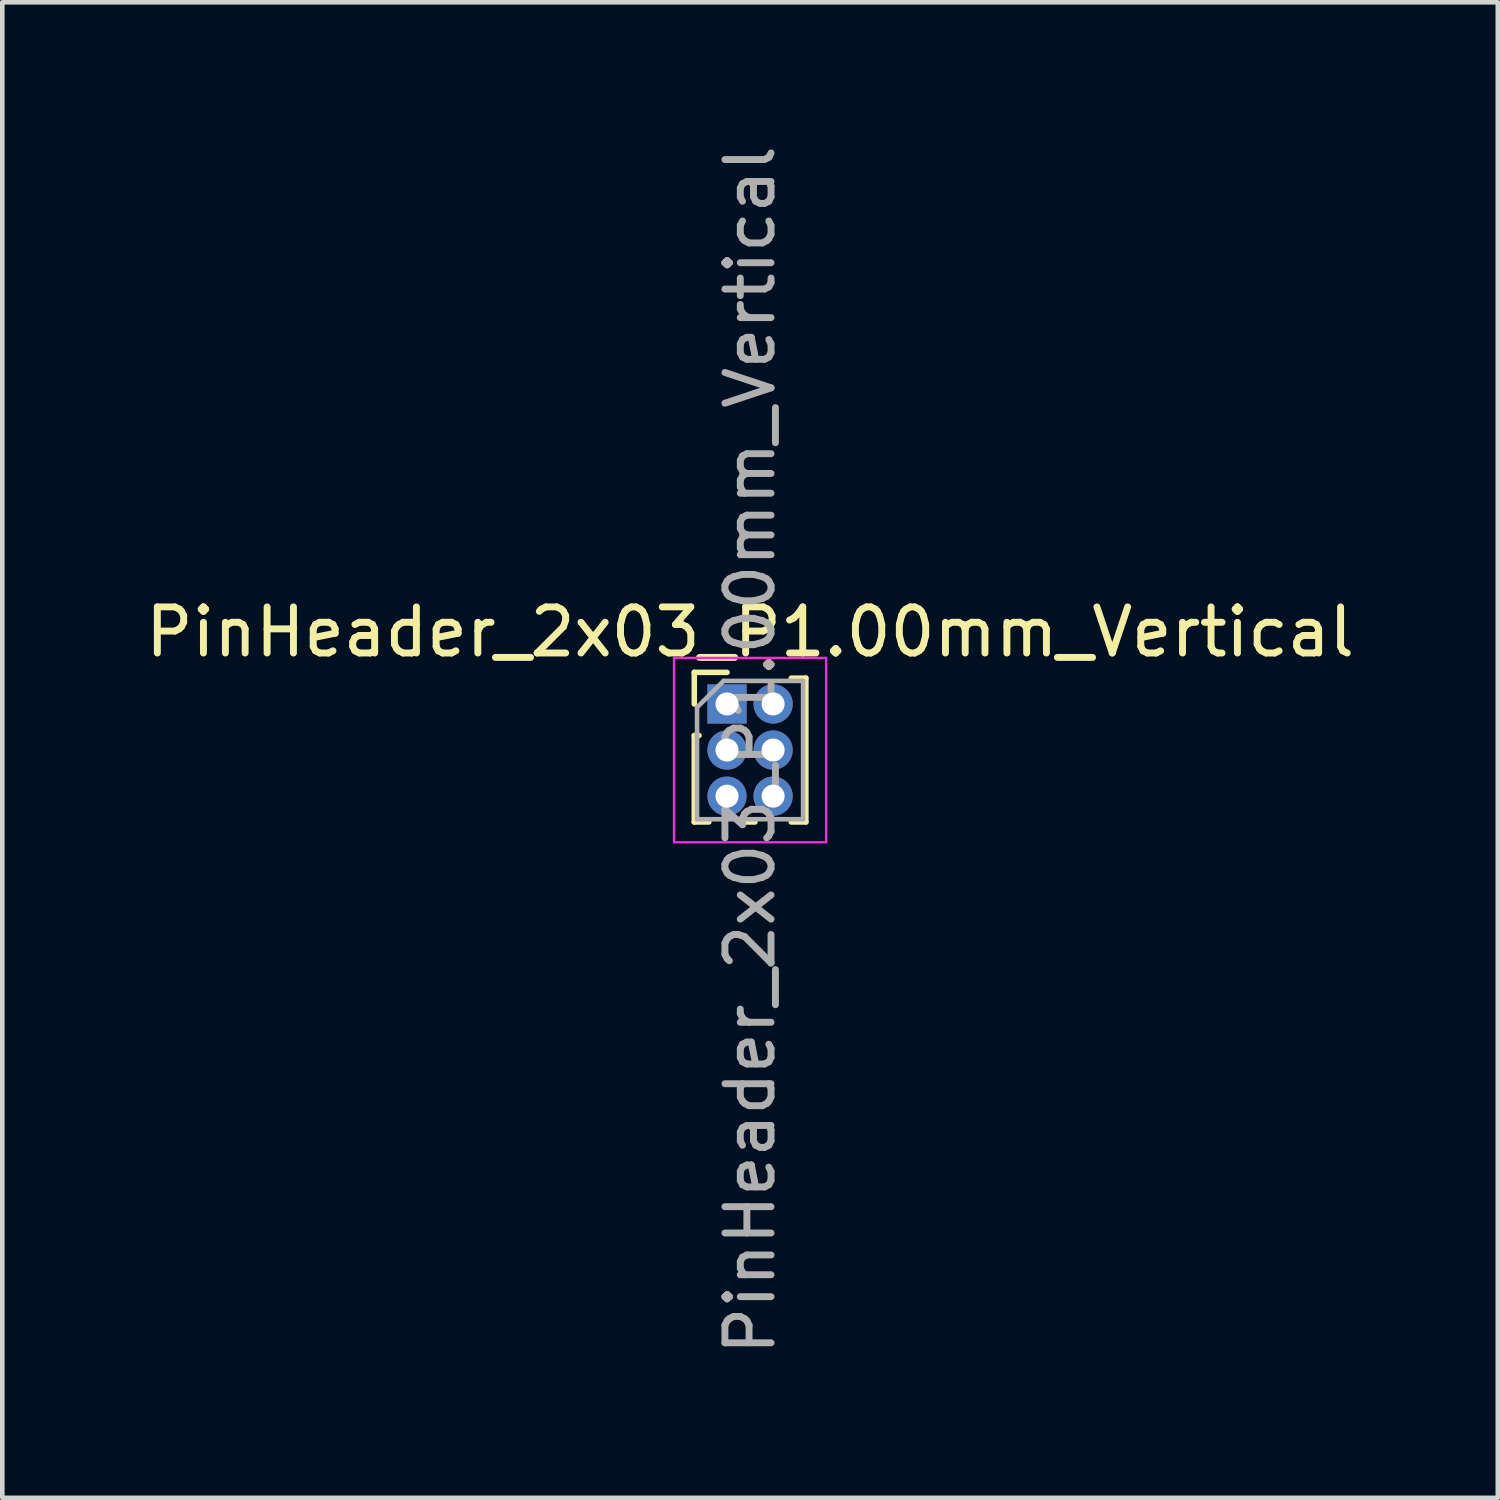
<source format=kicad_pcb>
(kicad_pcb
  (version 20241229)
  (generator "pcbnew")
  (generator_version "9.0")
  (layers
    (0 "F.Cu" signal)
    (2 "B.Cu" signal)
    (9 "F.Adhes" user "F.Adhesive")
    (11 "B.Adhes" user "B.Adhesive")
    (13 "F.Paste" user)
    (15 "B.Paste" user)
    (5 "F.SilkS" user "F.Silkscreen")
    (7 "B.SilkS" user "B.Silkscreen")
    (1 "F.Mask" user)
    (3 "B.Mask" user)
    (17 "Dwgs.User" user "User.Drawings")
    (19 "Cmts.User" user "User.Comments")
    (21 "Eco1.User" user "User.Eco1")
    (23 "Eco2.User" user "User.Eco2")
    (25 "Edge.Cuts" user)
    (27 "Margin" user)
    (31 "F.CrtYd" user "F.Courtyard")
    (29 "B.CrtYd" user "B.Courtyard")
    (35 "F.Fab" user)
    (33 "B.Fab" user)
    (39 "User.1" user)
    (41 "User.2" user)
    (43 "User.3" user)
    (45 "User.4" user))
  (footprint "PinHeader_2x03_P1.00mm_Vertical"
    (layer "F.Cu")
    (at 12.72 12.22)
    (property "Reference" "PinHeader_2x03_P1.00mm_Vertical" (at 0.5 -1.56 0) (layer "F.SilkS") (effects (font (size 1 1) (thickness 0.15))))
    (attr through_hole)
    (fp_line (start -0.71 -0.685) (end 0 -0.685) (stroke (width 0.12) (type solid)) (layer "F.SilkS"))
    (fp_line (start -0.71 0) (end -0.71 -0.685) (stroke (width 0.12) (type solid)) (layer "F.SilkS"))
    (fp_line (start -0.71 0.685) (end -0.71 2.56) (stroke (width 0.12) (type solid)) (layer "F.SilkS"))
    (fp_line (start -0.71 0.685) (end -0.608 0.685) (stroke (width 0.12) (type solid)) (layer "F.SilkS"))
    (fp_line (start -0.71 2.56) (end -0.394 2.56) (stroke (width 0.12) (type solid)) (layer "F.SilkS"))
    (fp_line (start 0.394 2.56) (end 0.606 2.56) (stroke (width 0.12) (type solid)) (layer "F.SilkS"))
    (fp_line (start 1.394 -0.56) (end 1.71 -0.56) (stroke (width 0.12) (type solid)) (layer "F.SilkS"))
    (fp_line (start 1.394 2.56) (end 1.71 2.56) (stroke (width 0.12) (type solid)) (layer "F.SilkS"))
    (fp_line (start 1.71 -0.56) (end 1.71 2.56) (stroke (width 0.12) (type solid)) (layer "F.SilkS"))
    (fp_line (start -1.15 -1) (end -1.15 3) (stroke (width 0.05) (type solid)) (layer "F.CrtYd"))
    (fp_line (start -1.15 3) (end 2.15 3) (stroke (width 0.05) (type solid)) (layer "F.CrtYd"))
    (fp_line (start 2.15 -1) (end -1.15 -1) (stroke (width 0.05) (type solid)) (layer "F.CrtYd"))
    (fp_line (start 2.15 3) (end 2.15 -1) (stroke (width 0.05) (type solid)) (layer "F.CrtYd"))
    (fp_line (start -0.65 0.075) (end -0.075 -0.5) (stroke (width 0.1) (type solid)) (layer "F.Fab"))
    (fp_line (start -0.65 2.5) (end -0.65 0.075) (stroke (width 0.1) (type solid)) (layer "F.Fab"))
    (fp_line (start -0.075 -0.5) (end 1.65 -0.5) (stroke (width 0.1) (type solid)) (layer "F.Fab"))
    (fp_line (start 1.65 -0.5) (end 1.65 2.5) (stroke (width 0.1) (type solid)) (layer "F.Fab"))
    (fp_line (start 1.65 2.5) (end -0.65 2.5) (stroke (width 0.1) (type solid)) (layer "F.Fab"))
    (fp_text user "${REFERENCE}" (at 0.5 1 90) (layer "F.Fab") (effects (font (size 1 1) (thickness 0.15))))
    (pad "1" thru_hole rect (at 0 0) (size 0.85 0.85) (drill 0.5) (layers "*.Cu" "*.Mask"))
    (pad "2" thru_hole oval (at 1 0) (size 0.85 0.85) (drill 0.5) (layers "*.Cu" "*.Mask"))
    (pad "3" thru_hole oval (at 0 1) (size 0.85 0.85) (drill 0.5) (layers "*.Cu" "*.Mask"))
    (pad "4" thru_hole oval (at 1 1) (size 0.85 0.85) (drill 0.5) (layers "*.Cu" "*.Mask"))
    (pad "5" thru_hole oval (at 0 2) (size 0.85 0.85) (drill 0.5) (layers "*.Cu" "*.Mask"))
    (pad "6" thru_hole oval (at 1 2) (size 0.85 0.85) (drill 0.5) (layers "*.Cu" "*.Mask")))
  (gr_rect
    (start -3 -3)
    (end 29.44 29.44)
    (stroke (width 0.1) (type default))
    (fill no)
    (layer "Edge.Cuts")))
</source>
